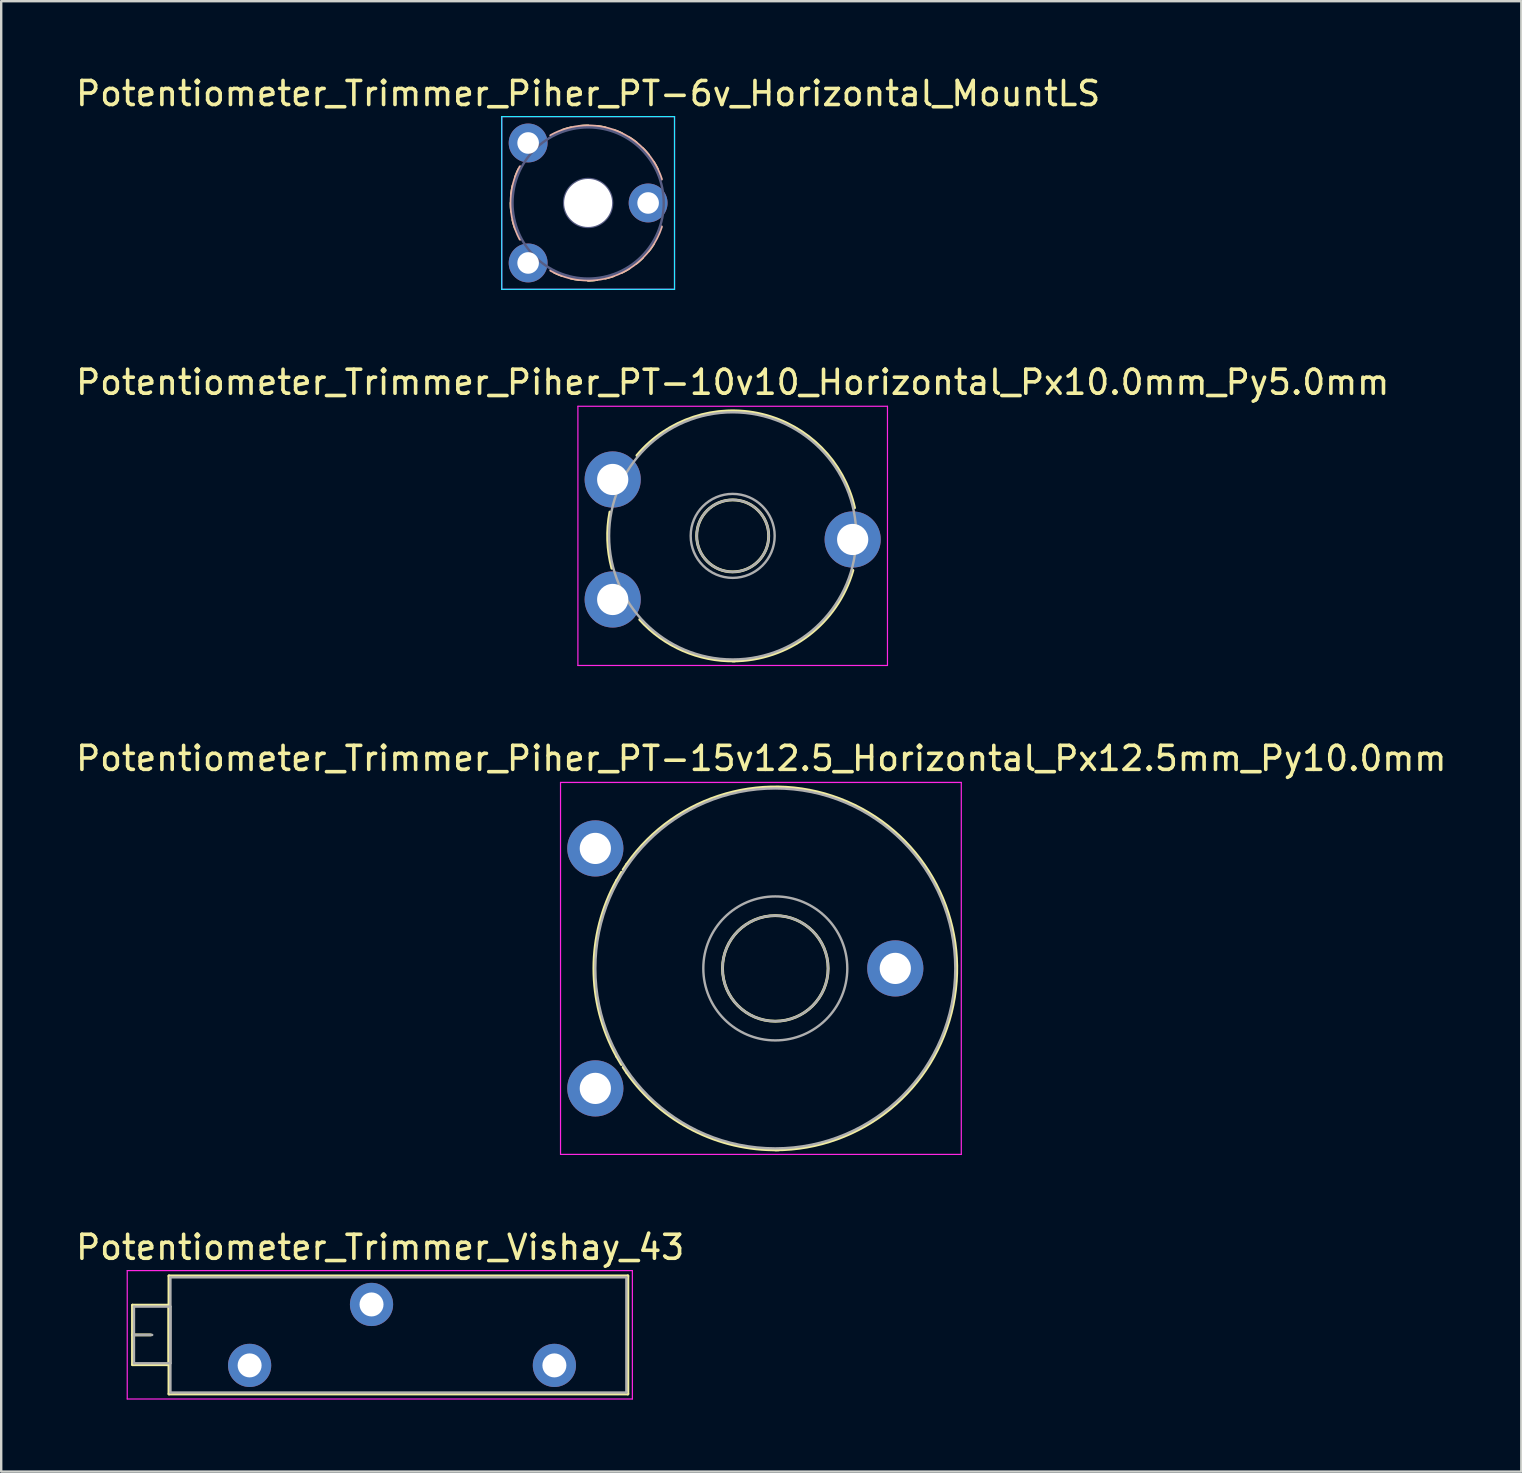
<source format=kicad_pcb>
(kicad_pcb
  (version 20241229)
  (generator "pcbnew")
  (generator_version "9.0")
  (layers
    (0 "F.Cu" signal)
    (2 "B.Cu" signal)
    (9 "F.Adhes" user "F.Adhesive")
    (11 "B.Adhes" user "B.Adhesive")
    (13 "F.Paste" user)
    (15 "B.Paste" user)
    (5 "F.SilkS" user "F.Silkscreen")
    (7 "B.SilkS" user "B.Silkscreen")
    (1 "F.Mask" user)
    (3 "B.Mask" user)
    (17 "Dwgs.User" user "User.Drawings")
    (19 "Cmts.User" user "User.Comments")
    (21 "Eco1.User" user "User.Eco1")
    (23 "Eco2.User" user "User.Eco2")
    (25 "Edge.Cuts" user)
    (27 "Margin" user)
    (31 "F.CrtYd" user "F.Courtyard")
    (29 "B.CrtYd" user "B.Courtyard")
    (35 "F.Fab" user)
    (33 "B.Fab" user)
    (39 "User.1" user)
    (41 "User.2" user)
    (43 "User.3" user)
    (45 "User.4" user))
  (footprint "Potentiometer_Trimmer_Vishay_43"
    (layer "F.Cu")
    (at 20.052 53.848)
    (property "Reference" "Potentiometer_Trimmer_Vishay_43" (at -7.26 -4.92 0) (layer "F.SilkS") (effects (font (size 1 1) (thickness 0.15))))
    (attr through_hole)
    (fp_line (start -17.58 -2.51) (end -17.58 -0.03) (stroke (width 0.12) (type solid)) (layer "F.SilkS"))
    (fp_line (start -17.58 -2.51) (end -16.061 -2.51) (stroke (width 0.12) (type solid)) (layer "F.SilkS"))
    (fp_line (start -17.58 -1.27) (end -16.82 -1.27) (stroke (width 0.12) (type solid)) (layer "F.SilkS"))
    (fp_line (start -17.58 -0.03) (end -16.061 -0.03) (stroke (width 0.12) (type solid)) (layer "F.SilkS"))
    (fp_line (start -16.061 -2.51) (end -16.061 -0.03) (stroke (width 0.12) (type solid)) (layer "F.SilkS"))
    (fp_line (start -16.06 -3.73) (end -16.06 1.19) (stroke (width 0.12) (type solid)) (layer "F.SilkS"))
    (fp_line (start -16.06 -3.73) (end 3.061 -3.73) (stroke (width 0.12) (type solid)) (layer "F.SilkS"))
    (fp_line (start -16.06 1.19) (end 3.061 1.19) (stroke (width 0.12) (type solid)) (layer "F.SilkS"))
    (fp_line (start 3.061 -3.73) (end 3.061 1.19) (stroke (width 0.12) (type solid)) (layer "F.SilkS"))
    (fp_line (start -17.8 -3.95) (end -17.8 1.4) (stroke (width 0.05) (type solid)) (layer "F.CrtYd"))
    (fp_line (start -17.8 1.4) (end 3.25 1.4) (stroke (width 0.05) (type solid)) (layer "F.CrtYd"))
    (fp_line (start 3.25 -3.95) (end -17.8 -3.95) (stroke (width 0.05) (type solid)) (layer "F.CrtYd"))
    (fp_line (start 3.25 1.4) (end 3.25 -3.95) (stroke (width 0.05) (type solid)) (layer "F.CrtYd"))
    (fp_line (start -17.52 -2.45) (end -17.52 -0.09) (stroke (width 0.1) (type solid)) (layer "F.Fab"))
    (fp_line (start -17.52 -1.27) (end -16.76 -1.27) (stroke (width 0.1) (type solid)) (layer "F.Fab"))
    (fp_line (start -17.52 -0.09) (end -16 -0.09) (stroke (width 0.1) (type solid)) (layer "F.Fab"))
    (fp_line (start -16 -3.67) (end -16 1.13) (stroke (width 0.1) (type solid)) (layer "F.Fab"))
    (fp_line (start -16 -2.45) (end -17.52 -2.45) (stroke (width 0.1) (type solid)) (layer "F.Fab"))
    (fp_line (start -16 -0.09) (end -16 -2.45) (stroke (width 0.1) (type solid)) (layer "F.Fab"))
    (fp_line (start -16 1.13) (end 3 1.13) (stroke (width 0.1) (type solid)) (layer "F.Fab"))
    (fp_line (start 3 -3.67) (end -16 -3.67) (stroke (width 0.1) (type solid)) (layer "F.Fab"))
    (fp_line (start 3 1.13) (end 3 -3.67) (stroke (width 0.1) (type solid)) (layer "F.Fab"))
    (pad "1" thru_hole circle (at 0 0) (size 1.8 1.8) (drill 1) (layers "*.Cu" "*.Mask"))
    (pad "2" thru_hole circle (at -7.62 -2.54) (size 1.8 1.8) (drill 1) (layers "*.Cu" "*.Mask"))
    (pad "3" thru_hole circle (at -12.7 0) (size 1.8 1.8) (drill 1) (layers "*.Cu" "*.Mask")))
  (footprint "Potentiometer_Trimmer_Piher_PT-6v_Horizontal_MountLS"
    (layer "F.Cu")
    (at 18.958 7.908)
    (property "Reference" "Potentiometer_Trimmer_Piher_PT-6v_Horizontal_MountLS" (at 2.5 -7.06 0) (layer "F.SilkS") (effects (font (size 1 1) (thickness 0.15))))
    (attr through_hole)
    (fp_arc (start -0.690664 -2.148147) (mid -0.70533 -2.326803) (end -0.71 -2.506) (stroke (width 0.12) (type solid)) (layer "F.SilkS"))
    (fp_arc (start -0.689757 -2.866727) (mid -0.664312 -3.044212) (end -0.629 -3.22) (stroke (width 0.12) (type solid)) (layer "F.SilkS"))
    (fp_arc (start -0.533561 -1.447292) (mid -0.587595 -1.618271) (end -0.632 -1.792) (stroke (width 0.12) (type solid)) (layer "F.SilkS"))
    (fp_arc (start -0.527823 -3.567142) (mid -0.463532 -3.734496) (end -0.39 -3.898) (stroke (width 0.12) (type solid)) (layer "F.SilkS"))
    (fp_arc (start 1.430759 0.527052) (mid 1.263451 0.462645) (end 1.1 0.389) (stroke (width 0.12) (type solid)) (layer "F.SilkS"))
    (fp_arc (start 1.446409 -5.532456) (mid 1.617328 -5.586541) (end 1.791 -5.631) (stroke (width 0.12) (type solid)) (layer "F.SilkS"))
    (fp_arc (start 2.131174 0.688987) (mid 1.953735 0.663426) (end 1.778 0.628) (stroke (width 0.12) (type solid)) (layer "F.SilkS"))
    (fp_arc (start 2.147154 -5.690552) (mid 2.325805 -5.705274) (end 2.505 -5.71) (stroke (width 0.12) (type solid)) (layer "F.SilkS"))
    (fp_arc (start 2.848871 0.690998) (mid 2.670201 0.705497) (end 2.491 0.71) (stroke (width 0.12) (type solid)) (layer "F.SilkS"))
    (fp_arc (start 2.857815 0.689995) (mid 2.679187 0.704995) (end 2.5 0.71) (stroke (width 0.12) (type solid)) (layer "F.SilkS"))
    (fp_arc (start 2.865733 -5.689646) (mid 3.043214 -5.664257) (end 3.219 -5.629) (stroke (width 0.12) (type solid)) (layer "F.SilkS"))
    (fp_arc (start 3.558448 0.530905) (mid 3.387608 0.585263) (end 3.214 0.63) (stroke (width 0.12) (type solid)) (layer "F.SilkS"))
    (fp_arc (start 3.566037 -5.528705) (mid 3.733442 -5.464475) (end 3.897 -5.391) (stroke (width 0.12) (type solid)) (layer "F.SilkS"))
    (fp_arc (start 4.206798 0.219694) (mid 4.052319 0.310729) (end 3.893 0.393) (stroke (width 0.12) (type solid)) (layer "F.SilkS"))
    (fp_arc (start 4.212941 -5.215865) (mid 4.361874 -5.116012) (end 4.505 -5.008) (stroke (width 0.12) (type solid)) (layer "F.SilkS"))
    (fp_arc (start 4.768428 -0.227698) (mid 4.638048 -0.104614) (end 4.501 0.011) (stroke (width 0.12) (type solid)) (layer "F.SilkS"))
    (fp_arc (start 4.77363 -4.765558) (mid 4.896552 -4.635108) (end 5.012 -4.498) (stroke (width 0.12) (type solid)) (layer "F.SilkS"))
    (fp_arc (start 5.216636 -0.789158) (mid 5.116898 -0.640179) (end 5.009 -0.497) (stroke (width 0.12) (type solid)) (layer "F.SilkS"))
    (fp_arc (start 5.221023 -4.203928) (mid 5.311896 -4.04938) (end 5.394 -3.89) (stroke (width 0.12) (type solid)) (layer "F.SilkS"))
    (fp_arc (start -0.334672 -0.992382) (mid -0.710651 -2.49965) (end -0.335 -4.007) (stroke (width 0.12) (type solid)) (layer "B.SilkS"))
    (fp_arc (start 0.944668 -5.307816) (mid 3.677267 -5.486123) (end 5.553 -3.491) (stroke (width 0.12) (type solid)) (layer "B.SilkS"))
    (fp_arc (start 2.556464 0.709799) (mid 1.723783 0.615042) (end 0.944 0.308) (stroke (width 0.12) (type solid)) (layer "B.SilkS"))
    (fp_arc (start 5.552891 -1.508055) (mid 4.38679 0.096945) (end 2.5 0.71) (stroke (width 0.12) (type solid)) (layer "B.SilkS"))
    (fp_line (start -1.1 -6.1) (end -1.1 1.1) (stroke (width 0.05) (type solid)) (layer "B.CrtYd"))
    (fp_line (start -1.1 1.1) (end 6.1 1.1) (stroke (width 0.05) (type solid)) (layer "B.CrtYd"))
    (fp_line (start 6.1 -6.1) (end -1.1 -6.1) (stroke (width 0.05) (type solid)) (layer "B.CrtYd"))
    (fp_line (start 6.1 1.1) (end 6.1 -6.1) (stroke (width 0.05) (type solid)) (layer "B.CrtYd"))
    (fp_line (start -1.1 -6.1) (end -1.1 1.1) (stroke (width 0.05) (type solid)) (layer "F.CrtYd"))
    (fp_line (start -1.1 1.1) (end 6.1 1.1) (stroke (width 0.05) (type solid)) (layer "F.CrtYd"))
    (fp_line (start 6.1 -6.1) (end -1.1 -6.1) (stroke (width 0.05) (type solid)) (layer "F.CrtYd"))
    (fp_line (start 6.1 1.1) (end 6.1 -6.1) (stroke (width 0.05) (type solid)) (layer "F.CrtYd"))
    (fp_circle (center 2.5 -2.5) (end 3.4 -2.5) (stroke (width 0.1) (type solid)) (fill no) (layer "B.Fab"))
    (fp_circle (center 2.5 -2.5) (end 3.5 -2.5) (stroke (width 0.1) (type solid)) (fill no) (layer "B.Fab"))
    (fp_circle (center 2.5 -2.5) (end 5.65 -2.5) (stroke (width 0.1) (type solid)) (fill no) (layer "B.Fab"))
    (pad "" np_thru_hole circle (at 2.5 -2.5) (size 2 2) (drill 2) (layers "*.Cu" "*.Mask"))
    (pad "1" thru_hole circle (at 0 0) (size 1.62 1.62) (drill 0.9) (layers "*.Cu" "*.Mask"))
    (pad "2" thru_hole circle (at 5 -2.5) (size 1.62 1.62) (drill 0.9) (layers "*.Cu" "*.Mask"))
    (pad "3" thru_hole circle (at 0 -5) (size 1.62 1.62) (drill 0.9) (layers "*.Cu" "*.Mask")))
  (footprint "Potentiometer_Trimmer_Piher_PT-15v12.5_Horizontal_Px12.5mm_Py10.0mm"
    (layer "F.Cu")
    (at 21.758 42.305)
    (property "Reference" "Potentiometer_Trimmer_Piher_PT-15v12.5_Horizontal_Px12.5mm_Py10.0mm" (at 6.915 -13.75 0) (layer "F.SilkS") (effects (font (size 1 1) (thickness 0.15))))
    (attr through_hole)
    (fp_arc (start 0.888607 -1.335708) (mid -0.058939 -5.000405) (end 0.889 -8.665) (stroke (width 0.12) (type solid)) (layer "F.SilkS"))
    (fp_arc (start 0.889127 -8.665036) (mid 0.987332 -8.836833) (end 1.09 -9.006) (stroke (width 0.12) (type solid)) (layer "F.SilkS"))
    (fp_arc (start 1.088873 -0.993977) (mid 0.986204 -1.163174) (end 0.888 -1.335) (stroke (width 0.12) (type solid)) (layer "F.SilkS"))
    (fp_arc (start 1.160448 -9.117261) (mid 1.23327 -9.227274) (end 1.308 -9.336) (stroke (width 0.12) (type solid)) (layer "F.SilkS"))
    (fp_arc (start 1.307211 -9.336238) (mid 14.205802 -8.490819) (end 7.5 2.56) (stroke (width 0.12) (type solid)) (layer "F.SilkS"))
    (fp_arc (start 1.307543 -0.664245) (mid 1.232817 -0.772979) (end 1.16 -0.883) (stroke (width 0.12) (type solid)) (layer "F.SilkS"))
    (fp_arc (start 7.631625 2.55889) (mid 4.067534 1.735898) (end 1.307 -0.664) (stroke (width 0.12) (type solid)) (layer "F.SilkS"))
    (fp_circle (center 7.5 -5) (end 9.7 -5) (stroke (width 0.12) (type solid)) (fill no) (layer "F.SilkS"))
    (fp_line (start -1.45 -12.75) (end -1.45 2.75) (stroke (width 0.05) (type solid)) (layer "F.CrtYd"))
    (fp_line (start -1.45 2.75) (end 15.25 2.75) (stroke (width 0.05) (type solid)) (layer "F.CrtYd"))
    (fp_line (start 15.25 -12.75) (end -1.45 -12.75) (stroke (width 0.05) (type solid)) (layer "F.CrtYd"))
    (fp_line (start 15.25 2.75) (end 15.25 -12.75) (stroke (width 0.05) (type solid)) (layer "F.CrtYd"))
    (fp_circle (center 7.5 -5) (end 9.7 -5) (stroke (width 0.1) (type solid)) (fill no) (layer "F.Fab"))
    (fp_circle (center 7.5 -5) (end 10.5 -5) (stroke (width 0.1) (type solid)) (fill no) (layer "F.Fab"))
    (fp_circle (center 7.5 -5) (end 15 -5) (stroke (width 0.1) (type solid)) (fill no) (layer "F.Fab"))
    (pad "1" thru_hole circle (at 0 0) (size 2.34 2.34) (drill 1.3) (layers "*.Cu" "*.Mask"))
    (pad "2" thru_hole circle (at 12.5 -5) (size 2.34 2.34) (drill 1.3) (layers "*.Cu" "*.Mask"))
    (pad "3" thru_hole circle (at 0 -10) (size 2.34 2.34) (drill 1.3) (layers "*.Cu" "*.Mask")))
  (footprint "Potentiometer_Trimmer_Piher_PT-10v10_Horizontal_Px10.0mm_Py5.0mm"
    (layer "F.Cu")
    (at 22.482 21.931)
    (property "Reference" "Potentiometer_Trimmer_Piher_PT-10v10_Horizontal_Px10.0mm_Py5.0mm" (at 5 -9.05 0) (layer "F.SilkS") (effects (font (size 1 1) (thickness 0.15))))
    (attr through_hole)
    (fp_arc (start -0.033072 -1.301133) (mid -0.207504 -2.467899) (end -0.115 -3.644) (stroke (width 0.12) (type solid)) (layer "F.SilkS"))
    (fp_arc (start 1.009383 -5.999947) (mid 6.217378 -7.716079) (end 10.077 -3.821) (stroke (width 0.12) (type solid)) (layer "F.SilkS"))
    (fp_arc (start 5.090657 2.559257) (mid 2.922251 2.127817) (end 1.128 0.836) (stroke (width 0.12) (type solid)) (layer "F.SilkS"))
    (fp_arc (start 10.008173 -1.213929) (mid 8.135456 1.510891) (end 5 2.56) (stroke (width 0.12) (type solid)) (layer "F.SilkS"))
    (fp_circle (center 5 -2.65) (end 6.5 -2.65) (stroke (width 0.12) (type solid)) (fill no) (layer "F.SilkS"))
    (fp_line (start -1.45 -8.05) (end -1.45 2.75) (stroke (width 0.05) (type solid)) (layer "F.CrtYd"))
    (fp_line (start -1.45 2.75) (end 11.45 2.75) (stroke (width 0.05) (type solid)) (layer "F.CrtYd"))
    (fp_line (start 11.45 -8.05) (end -1.45 -8.05) (stroke (width 0.05) (type solid)) (layer "F.CrtYd"))
    (fp_line (start 11.45 2.75) (end 11.45 -8.05) (stroke (width 0.05) (type solid)) (layer "F.CrtYd"))
    (fp_circle (center 5 -2.65) (end 6.5 -2.65) (stroke (width 0.1) (type solid)) (fill no) (layer "F.Fab"))
    (fp_circle (center 5 -2.65) (end 6.75 -2.65) (stroke (width 0.1) (type solid)) (fill no) (layer "F.Fab"))
    (fp_circle (center 5 -2.65) (end 10.15 -2.65) (stroke (width 0.1) (type solid)) (fill no) (layer "F.Fab"))
    (pad "1" thru_hole circle (at 0 0) (size 2.34 2.34) (drill 1.3) (layers "*.Cu" "*.Mask"))
    (pad "2" thru_hole circle (at 10 -2.5) (size 2.34 2.34) (drill 1.3) (layers "*.Cu" "*.Mask"))
    (pad "3" thru_hole circle (at 0 -5) (size 2.34 2.34) (drill 1.3) (layers "*.Cu" "*.Mask")))
  (gr_rect
    (start -3 -3)
    (end 60.345 58.273)
    (stroke (width 0.1) (type default))
    (fill no)
    (layer "Edge.Cuts")))
</source>
